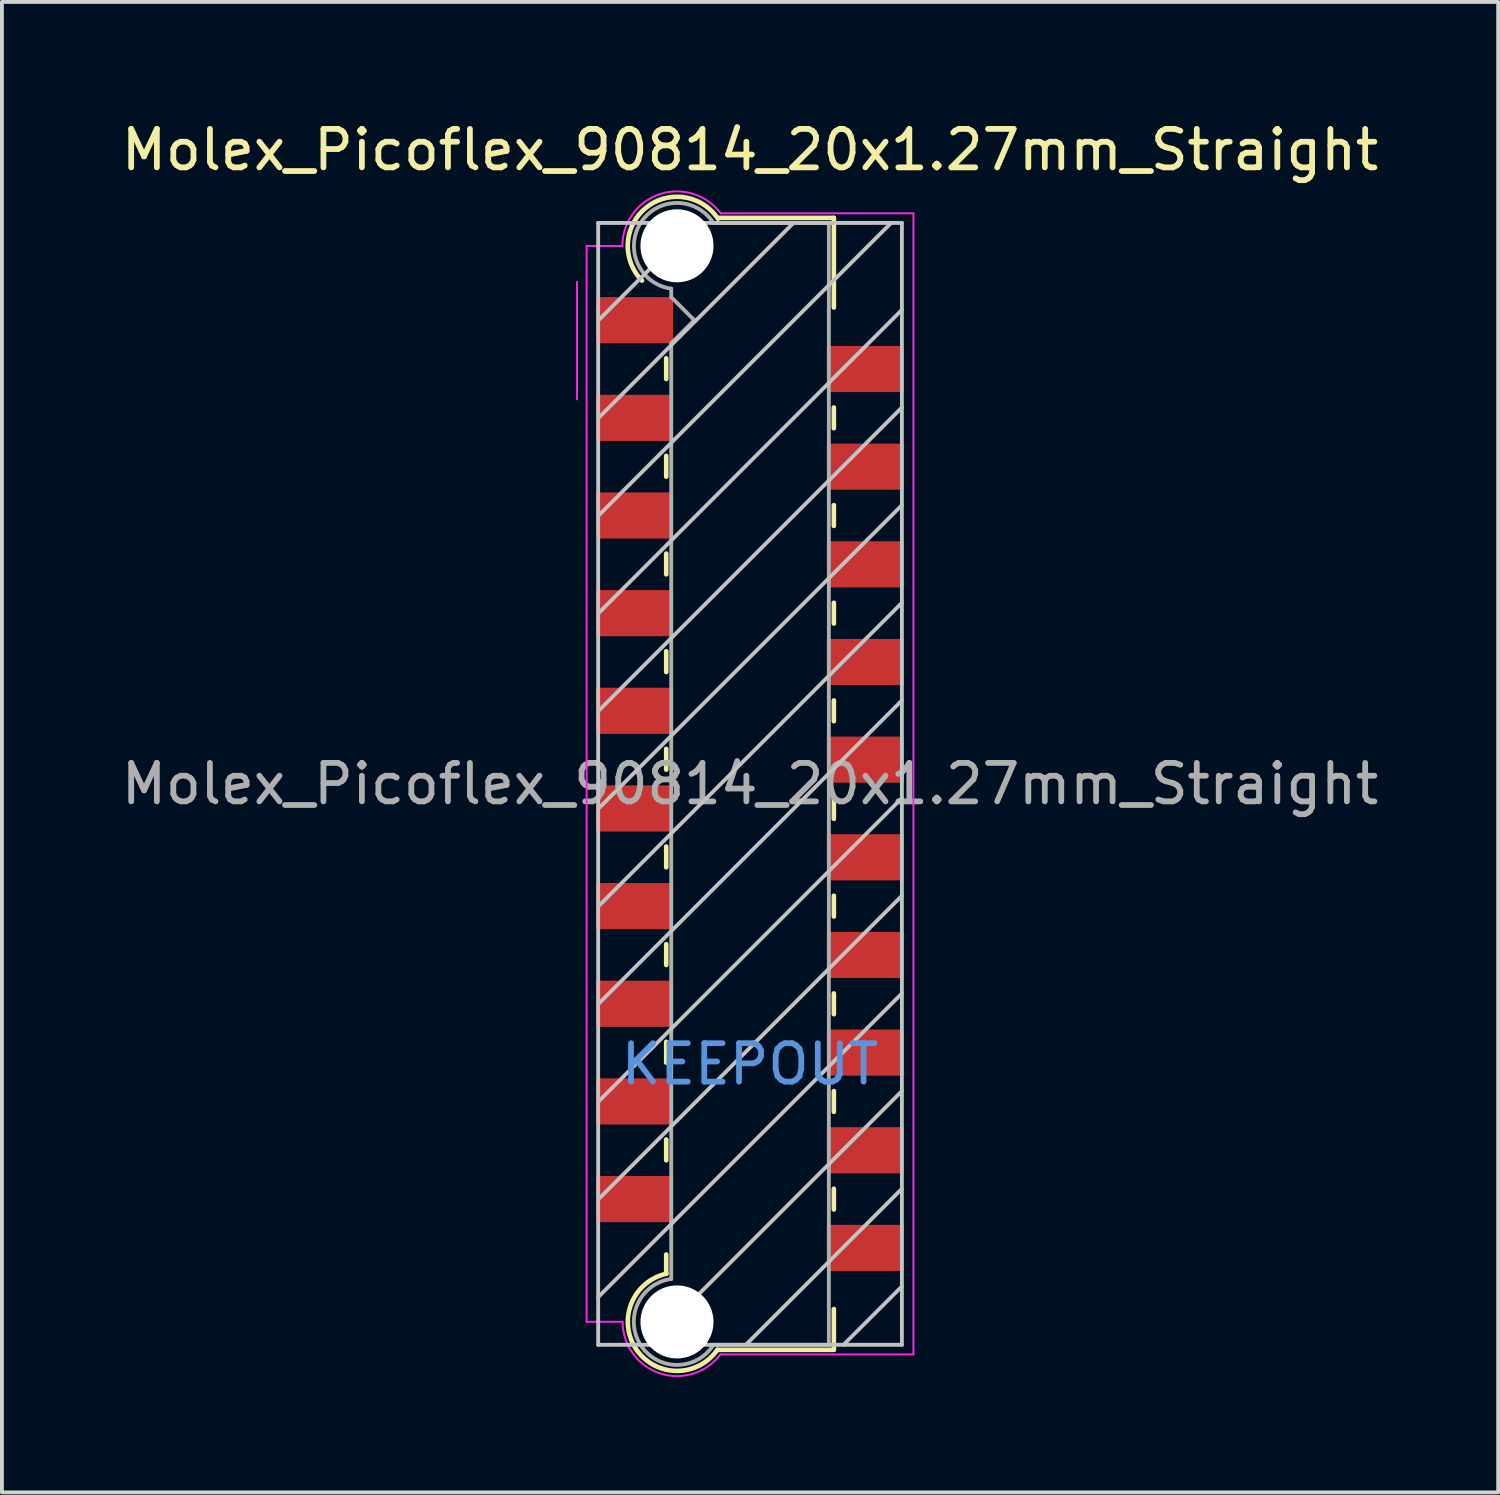
<source format=kicad_pcb>
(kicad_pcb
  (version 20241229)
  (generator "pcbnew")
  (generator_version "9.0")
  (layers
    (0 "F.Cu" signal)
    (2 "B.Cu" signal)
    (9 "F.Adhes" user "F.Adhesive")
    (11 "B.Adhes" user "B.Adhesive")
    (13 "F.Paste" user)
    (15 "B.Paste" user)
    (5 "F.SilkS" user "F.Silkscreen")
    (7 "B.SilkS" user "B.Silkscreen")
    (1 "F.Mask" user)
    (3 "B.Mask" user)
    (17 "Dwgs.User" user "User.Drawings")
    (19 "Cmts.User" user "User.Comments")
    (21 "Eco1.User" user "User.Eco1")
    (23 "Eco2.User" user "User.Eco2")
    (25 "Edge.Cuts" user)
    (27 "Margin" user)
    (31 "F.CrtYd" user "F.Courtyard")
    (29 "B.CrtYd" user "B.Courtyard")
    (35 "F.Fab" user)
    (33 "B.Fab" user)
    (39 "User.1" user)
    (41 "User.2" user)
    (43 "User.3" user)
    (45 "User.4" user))
  (footprint "Molex_Picoflex_90814_20x1.27mm_Straight"
    (layer "F.Cu")
    (at 16.458 17.338)
    (property "Reference" "Molex_Picoflex_90814_20x1.27mm_Straight" (at 0 -16.49 0) (layer "F.SilkS") (effects (font (size 1 1) (thickness 0.15))))
    (attr smd)
    (fp_line (start -2.18 -10.53) (end -2.18 -11.07) (stroke (width 0.12) (type solid)) (layer "F.SilkS"))
    (fp_line (start -2.18 -7.99) (end -2.18 -8.53) (stroke (width 0.12) (type solid)) (layer "F.SilkS"))
    (fp_line (start -2.18 -5.45) (end -2.18 -5.99) (stroke (width 0.12) (type solid)) (layer "F.SilkS"))
    (fp_line (start -2.18 -2.91) (end -2.18 -3.45) (stroke (width 0.12) (type solid)) (layer "F.SilkS"))
    (fp_line (start -2.18 -0.37) (end -2.18 -0.91) (stroke (width 0.12) (type solid)) (layer "F.SilkS"))
    (fp_line (start -2.18 2.17) (end -2.18 1.63) (stroke (width 0.12) (type solid)) (layer "F.SilkS"))
    (fp_line (start -2.18 4.71) (end -2.18 4.17) (stroke (width 0.12) (type solid)) (layer "F.SilkS"))
    (fp_line (start -2.18 7.25) (end -2.18 6.71) (stroke (width 0.12) (type solid)) (layer "F.SilkS"))
    (fp_line (start -2.18 9.79) (end -2.18 9.25) (stroke (width 0.12) (type solid)) (layer "F.SilkS"))
    (fp_line (start -2.18 12.74) (end -2.18 12.24) (stroke (width 0.12) (type solid)) (layer "F.SilkS"))
    (fp_line (start 2.18 -14.72) (end -0.82 -14.72) (stroke (width 0.12) (type solid)) (layer "F.SilkS"))
    (fp_line (start 2.18 -14.72) (end 2.18 -12.39) (stroke (width 0.12) (type solid)) (layer "F.SilkS"))
    (fp_line (start 2.18 -9.79) (end 2.18 -9.25) (stroke (width 0.12) (type solid)) (layer "F.SilkS"))
    (fp_line (start 2.18 -7.25) (end 2.18 -6.71) (stroke (width 0.12) (type solid)) (layer "F.SilkS"))
    (fp_line (start 2.18 -4.71) (end 2.18 -4.17) (stroke (width 0.12) (type solid)) (layer "F.SilkS"))
    (fp_line (start 2.18 -2.17) (end 2.18 -1.63) (stroke (width 0.12) (type solid)) (layer "F.SilkS"))
    (fp_line (start 2.18 0.37) (end 2.18 0.91) (stroke (width 0.12) (type solid)) (layer "F.SilkS"))
    (fp_line (start 2.18 2.91) (end 2.18 3.45) (stroke (width 0.12) (type solid)) (layer "F.SilkS"))
    (fp_line (start 2.18 5.45) (end 2.18 5.99) (stroke (width 0.12) (type solid)) (layer "F.SilkS"))
    (fp_line (start 2.18 7.99) (end 2.18 8.53) (stroke (width 0.12) (type solid)) (layer "F.SilkS"))
    (fp_line (start 2.18 10.53) (end 2.18 11.07) (stroke (width 0.12) (type solid)) (layer "F.SilkS"))
    (fp_line (start 2.18 13.66) (end 2.18 14.72) (stroke (width 0.12) (type solid)) (layer "F.SilkS"))
    (fp_line (start 2.18 14.72) (end -0.85 14.72) (stroke (width 0.12) (type solid)) (layer "F.SilkS"))
    (fp_arc (start -2.81 -13.09) (mid -2.708637 -14.982072) (end -0.834991 -14.699828) (stroke (width 0.12) (type solid)) (layer "F.SilkS"))
    (fp_arc (start -0.85 14.72) (mid -2.962791 14.701248) (end -2.174424 12.740964) (stroke (width 0.12) (type solid)) (layer "F.SilkS"))
    (fp_line (start -3.95 -14.59) (end -3.95 14.59) (stroke (width 0.1) (type solid)) (layer "Dwgs.User"))
    (fp_line (start -3.95 -12.05) (end -1.41 -14.59) (stroke (width 0.1) (type solid)) (layer "Dwgs.User"))
    (fp_line (start -3.95 -9.51) (end 1.13 -14.59) (stroke (width 0.1) (type solid)) (layer "Dwgs.User"))
    (fp_line (start -3.95 -6.97) (end 3.67 -14.59) (stroke (width 0.1) (type solid)) (layer "Dwgs.User"))
    (fp_line (start -3.95 -4.43) (end 3.95 -12.33) (stroke (width 0.1) (type solid)) (layer "Dwgs.User"))
    (fp_line (start -3.95 -1.89) (end 3.95 -9.79) (stroke (width 0.1) (type solid)) (layer "Dwgs.User"))
    (fp_line (start -3.95 0.65) (end 3.95 -7.25) (stroke (width 0.1) (type solid)) (layer "Dwgs.User"))
    (fp_line (start -3.95 3.19) (end 3.95 -4.71) (stroke (width 0.1) (type solid)) (layer "Dwgs.User"))
    (fp_line (start -3.95 5.73) (end 3.95 -2.17) (stroke (width 0.1) (type solid)) (layer "Dwgs.User"))
    (fp_line (start -3.95 8.27) (end 3.95 0.37) (stroke (width 0.1) (type solid)) (layer "Dwgs.User"))
    (fp_line (start -3.95 10.81) (end 3.95 2.91) (stroke (width 0.1) (type solid)) (layer "Dwgs.User"))
    (fp_line (start -3.95 13.35) (end 3.95 5.45) (stroke (width 0.1) (type solid)) (layer "Dwgs.User"))
    (fp_line (start -3.95 14.59) (end 3.95 14.59) (stroke (width 0.1) (type solid)) (layer "Dwgs.User"))
    (fp_line (start -2.65 14.59) (end 3.95 7.99) (stroke (width 0.1) (type solid)) (layer "Dwgs.User"))
    (fp_line (start -0.11 14.59) (end 3.95 10.53) (stroke (width 0.1) (type solid)) (layer "Dwgs.User"))
    (fp_line (start 2.43 14.59) (end 3.95 13.07) (stroke (width 0.1) (type solid)) (layer "Dwgs.User"))
    (fp_line (start 3.95 -14.59) (end -3.95 -14.59) (stroke (width 0.1) (type solid)) (layer "Dwgs.User"))
    (fp_line (start 3.95 14.59) (end 3.95 -14.59) (stroke (width 0.1) (type solid)) (layer "Dwgs.User"))
    (fp_line (start -4.5 -13.06) (end -4.5 -10) (stroke (width 0.05) (type solid)) (layer "F.CrtYd"))
    (fp_line (start -4.25 13.99) (end -4.25 -13.99) (stroke (width 0.05) (type solid)) (layer "F.CrtYd"))
    (fp_line (start -3.32 -13.99) (end -4.25 -13.99) (stroke (width 0.05) (type solid)) (layer "F.CrtYd"))
    (fp_line (start -3.32 13.99) (end -4.25 13.99) (stroke (width 0.05) (type solid)) (layer "F.CrtYd"))
    (fp_line (start 4.25 -14.84) (end -0.76 -14.84) (stroke (width 0.05) (type solid)) (layer "F.CrtYd"))
    (fp_line (start 4.25 -14.84) (end 4.25 14.84) (stroke (width 0.05) (type solid)) (layer "F.CrtYd"))
    (fp_line (start 4.25 14.84) (end -0.77 14.84) (stroke (width 0.05) (type solid)) (layer "F.CrtYd"))
    (fp_arc (start -3.32 -13.99) (mid -2.344692 -15.338573) (end -0.758523 -14.834648) (stroke (width 0.05) (type solid)) (layer "F.CrtYd"))
    (fp_arc (start -0.77 14.84) (mid -2.348691 15.330924) (end -3.314001 13.988743) (stroke (width 0.05) (type solid)) (layer "F.CrtYd"))
    (fp_line (start -2.05 -12.66) (end -2.05 -12.88) (stroke (width 0.1) (type solid)) (layer "F.Fab"))
    (fp_line (start -2.05 -11.46) (end -1.45 -12.06) (stroke (width 0.1) (type solid)) (layer "F.Fab"))
    (fp_line (start -2.05 12.88) (end -2.05 -11.46) (stroke (width 0.1) (type solid)) (layer "F.Fab"))
    (fp_line (start -1.45 -12.06) (end -2.05 -12.66) (stroke (width 0.1) (type solid)) (layer "F.Fab"))
    (fp_line (start 2.05 -14.59) (end -0.93 -14.59) (stroke (width 0.1) (type solid)) (layer "F.Fab"))
    (fp_line (start 2.05 -14.59) (end 2.05 14.59) (stroke (width 0.1) (type solid)) (layer "F.Fab"))
    (fp_line (start 2.05 14.59) (end -0.95 14.59) (stroke (width 0.1) (type solid)) (layer "F.Fab"))
    (fp_arc (start -2.05 -12.88) (mid -2.842609 -14.595052) (end -0.953273 -14.588588) (stroke (width 0.1) (type solid)) (layer "F.Fab"))
    (fp_arc (start -0.95 14.59) (mid -2.845272 14.597422) (end -2.051022 12.876585) (stroke (width 0.1) (type solid)) (layer "F.Fab"))
    (fp_text user "KEEPOUT" (at 0 7.29 0) (layer "Cmts.User") (effects (font (size 1 1) (thickness 0.15))))
    (fp_text user "${REFERENCE}" (at 0 0 0) (layer "F.Fab") (effects (font (size 1 1) (thickness 0.15))))
    (pad "" np_thru_hole circle (at -1.9 -13.995) (size 1.9 1.9) (drill 1.9) (layers "*.Cu"))
    (pad "" np_thru_hole circle (at -1.9 13.995) (size 1.9 1.9) (drill 1.9) (layers "*.Cu"))
    (pad "1" smd rect (at -3 -12.06) (size 2 1.2) (layers "F.Cu" "F.Mask" "F.Paste"))
    (pad "2" smd rect (at 3 -10.79) (size 2 1.2) (layers "F.Cu" "F.Mask" "F.Paste"))
    (pad "3" smd rect (at -3 -9.52) (size 2 1.2) (layers "F.Cu" "F.Mask" "F.Paste"))
    (pad "4" smd rect (at 3 -8.25) (size 2 1.2) (layers "F.Cu" "F.Mask" "F.Paste"))
    (pad "5" smd rect (at -3 -6.98) (size 2 1.2) (layers "F.Cu" "F.Mask" "F.Paste"))
    (pad "6" smd rect (at 3 -5.71) (size 2 1.2) (layers "F.Cu" "F.Mask" "F.Paste"))
    (pad "7" smd rect (at -3 -4.44) (size 2 1.2) (layers "F.Cu" "F.Mask" "F.Paste"))
    (pad "8" smd rect (at 3 -3.17) (size 2 1.2) (layers "F.Cu" "F.Mask" "F.Paste"))
    (pad "9" smd rect (at -3 -1.9) (size 2 1.2) (layers "F.Cu" "F.Mask" "F.Paste"))
    (pad "10" smd rect (at 3 -0.63) (size 2 1.2) (layers "F.Cu" "F.Mask" "F.Paste"))
    (pad "11" smd rect (at -3 0.64) (size 2 1.2) (layers "F.Cu" "F.Mask" "F.Paste"))
    (pad "12" smd rect (at 3 1.91) (size 2 1.2) (layers "F.Cu" "F.Mask" "F.Paste"))
    (pad "13" smd rect (at -3 3.18) (size 2 1.2) (layers "F.Cu" "F.Mask" "F.Paste"))
    (pad "14" smd rect (at 3 4.45) (size 2 1.2) (layers "F.Cu" "F.Mask" "F.Paste"))
    (pad "15" smd rect (at -3 5.72) (size 2 1.2) (layers "F.Cu" "F.Mask" "F.Paste"))
    (pad "16" smd rect (at 3 6.99) (size 2 1.2) (layers "F.Cu" "F.Mask" "F.Paste"))
    (pad "17" smd rect (at -3 8.26) (size 2 1.2) (layers "F.Cu" "F.Mask" "F.Paste"))
    (pad "18" smd rect (at 3 9.53) (size 2 1.2) (layers "F.Cu" "F.Mask" "F.Paste"))
    (pad "19" smd rect (at -3 10.8) (size 2 1.2) (layers "F.Cu" "F.Mask" "F.Paste"))
    (pad "20" smd rect (at 3 12.07) (size 2 1.2) (layers "F.Cu" "F.Mask" "F.Paste")))
  (gr_rect
    (start -3 -3)
    (end 35.917 35.767)
    (stroke (width 0.1) (type default))
    (fill no)
    (layer "Edge.Cuts")))
</source>
